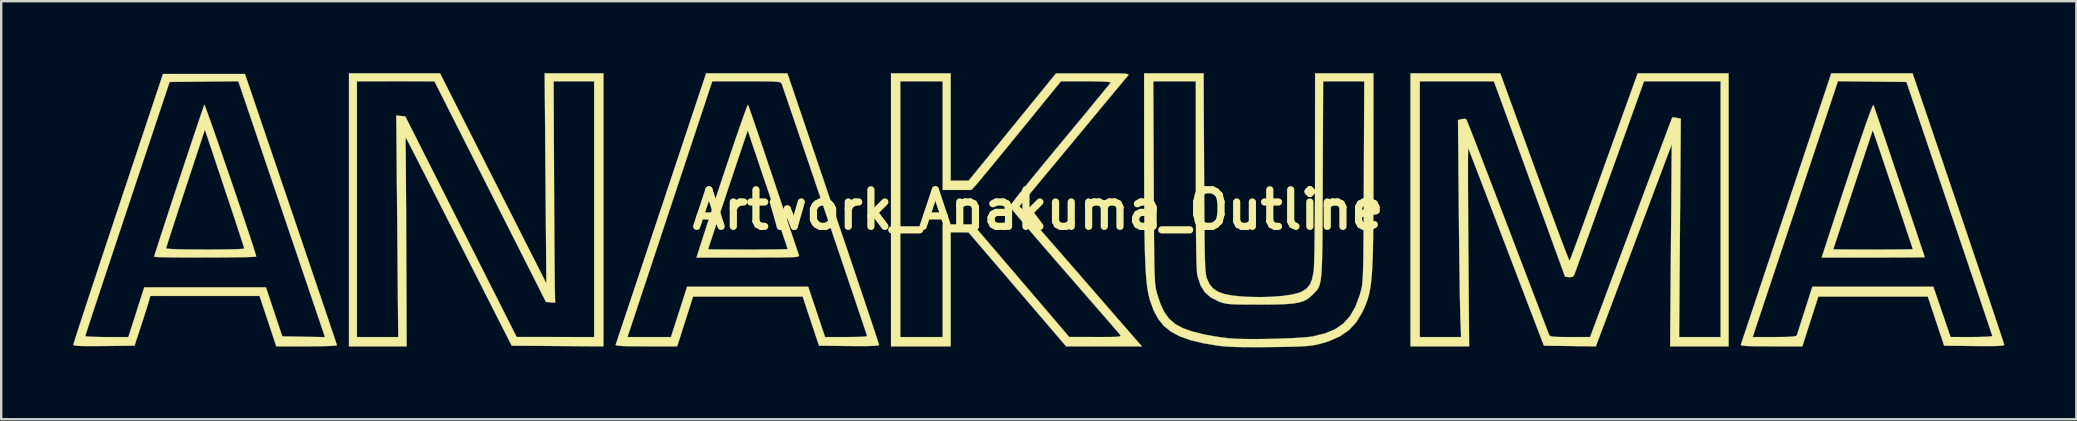
<source format=kicad_pcb>
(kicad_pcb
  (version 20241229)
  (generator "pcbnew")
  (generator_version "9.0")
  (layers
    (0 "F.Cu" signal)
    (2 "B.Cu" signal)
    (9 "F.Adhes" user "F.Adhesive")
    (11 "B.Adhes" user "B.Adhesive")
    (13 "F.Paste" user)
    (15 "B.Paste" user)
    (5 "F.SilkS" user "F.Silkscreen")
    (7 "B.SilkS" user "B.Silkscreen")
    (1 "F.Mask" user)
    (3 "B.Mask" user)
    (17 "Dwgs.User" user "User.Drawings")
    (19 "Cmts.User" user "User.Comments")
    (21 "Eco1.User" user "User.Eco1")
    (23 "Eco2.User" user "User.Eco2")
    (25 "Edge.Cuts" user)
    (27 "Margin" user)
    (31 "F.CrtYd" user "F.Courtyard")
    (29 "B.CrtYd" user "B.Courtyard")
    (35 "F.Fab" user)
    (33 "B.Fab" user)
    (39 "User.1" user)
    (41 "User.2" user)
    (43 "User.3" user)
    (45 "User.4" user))
  (footprint "Artwork_Anakuma_Outline"
    (layer "F.Cu")
    (at 40.203 5.692)
    (property "Reference" "Artwork_Anakuma_Outline" (at 0 0 0) (layer "F.SilkS") (effects (font (size 1.524 1.524) (thickness 0.3))))
    (attr through_hole)
    (fp_poly (pts (xy -23.727 -3.327) (xy -23.437 -2.754) (xy -23.121 -2.129) (xy -22.791 -1.476) (xy -22.458 -0.818) (xy -22.135 -0.18) (xy -21.834 0.413) (xy -21.568 0.937) (xy -21.512 1.049) (xy -20.489 3.065) (xy -20.524 -1.311) (xy -20.559 -5.687) (xy -18.111 -5.687) (xy -18.111 5.689) (xy -21.934 5.66) (xy -24.123 1.343) (xy -24.449 0.7) (xy -24.761 0.085) (xy -25.056 -0.495) (xy -25.329 -1.032) (xy -25.577 -1.519) (xy -25.797 -1.949) (xy -25.984 -2.316) (xy -26.136 -2.611) (xy -26.248 -2.829) (xy -26.317 -2.961) (xy -26.339 -3.001) (xy -26.351 -2.965) (xy -26.356 -2.845) (xy -26.354 -2.665) (xy -26.353 -2.66) (xy -26.351 -2.544) (xy -26.348 -2.328) (xy -26.346 -2.02) (xy -26.343 -1.632) (xy -26.34 -1.173) (xy -26.337 -0.652) (xy -26.333 -0.079) (xy -26.331 0.535) (xy -26.328 1.182) (xy -26.326 1.698) (xy -26.311 5.687) (xy -27.512 5.687) (xy -28.713 5.687) (xy -28.713 -5.356) (xy -28.382 -5.356) (xy -28.382 5.301) (xy -26.661 5.301) (xy -26.701 0.686) (xy -26.742 -3.929) (xy -26.554 -3.911) (xy -26.366 -3.893) (xy -24.047 0.703) (xy -21.728 5.298) (xy -20.113 5.3) (xy -18.498 5.301) (xy -18.498 -5.356) (xy -20.187 -5.356) (xy -20.17 -1.505) (xy -20.167 -0.838) (xy -20.164 -0.186) (xy -20.16 0.441) (xy -20.157 1.031) (xy -20.153 1.573) (xy -20.149 2.055) (xy -20.146 2.466) (xy -20.143 2.795) (xy -20.14 3.031) (xy -20.139 3.109) (xy -20.124 3.87) (xy -20.506 3.838) (xy -22.829 -0.758) (xy -25.152 -5.354) (xy -28.382 -5.356) (xy -28.713 -5.356) (xy -28.713 -5.687) (xy -24.919 -5.687) (xy -23.727 -3.327)) (stroke (width 0.01) (type solid)) (fill yes) (layer "F.SilkS"))
    (fp_poly (pts (xy 34.807 -4.362) (xy 34.831 -4.295) (xy 34.885 -4.135) (xy 34.967 -3.895) (xy 35.072 -3.585) (xy 35.197 -3.215) (xy 35.338 -2.798) (xy 35.491 -2.344) (xy 35.653 -1.863) (xy 35.82 -1.369) (xy 35.988 -0.87) (xy 36.153 -0.378) (xy 36.312 0.095) (xy 36.462 0.539) (xy 36.597 0.943) (xy 36.715 1.296) (xy 36.812 1.586) (xy 36.885 1.803) (xy 36.928 1.935) (xy 36.94 1.973) (xy 36.887 1.976) (xy 36.735 1.979) (xy 36.497 1.982) (xy 36.183 1.984) (xy 35.807 1.986) (xy 35.379 1.987) (xy 34.912 1.988) (xy 34.793 1.988) (xy 32.646 1.988) (xy 32.759 1.643) (xy 33.131 1.643) (xy 33.184 1.646) (xy 33.334 1.649) (xy 33.567 1.652) (xy 33.87 1.654) (xy 34.23 1.656) (xy 34.632 1.656) (xy 34.787 1.657) (xy 35.202 1.656) (xy 35.579 1.654) (xy 35.904 1.652) (xy 36.165 1.648) (xy 36.346 1.644) (xy 36.436 1.64) (xy 36.443 1.638) (xy 36.427 1.584) (xy 36.379 1.439) (xy 36.304 1.214) (xy 36.207 0.923) (xy 36.092 0.578) (xy 35.963 0.193) (xy 35.824 -0.22) (xy 35.68 -0.648) (xy 35.536 -1.079) (xy 35.394 -1.499) (xy 35.26 -1.896) (xy 35.139 -2.256) (xy 35.033 -2.568) (xy 34.948 -2.819) (xy 34.888 -2.994) (xy 34.868 -3.053) (xy 34.775 -3.318) (xy 33.953 -0.844) (xy 33.788 -0.346) (xy 33.633 0.12) (xy 33.493 0.542) (xy 33.371 0.91) (xy 33.271 1.215) (xy 33.195 1.445) (xy 33.147 1.591) (xy 33.131 1.643) (xy 32.759 1.643) (xy 33.218 0.235) (xy 33.517 -0.678) (xy 33.784 -1.487) (xy 34.018 -2.193) (xy 34.222 -2.798) (xy 34.394 -3.302) (xy 34.536 -3.707) (xy 34.648 -4.014) (xy 34.73 -4.225) (xy 34.783 -4.341) (xy 34.807 -4.362) (xy 34.807 -4.362)) (stroke (width 0.01) (type solid)) (fill yes) (layer "F.SilkS"))
    (fp_poly (pts (xy -34.716 -4.33) (xy -34.663 -4.191) (xy -34.582 -3.969) (xy -34.477 -3.676) (xy -34.352 -3.321) (xy -34.211 -2.916) (xy -34.057 -2.472) (xy -33.894 -1.999) (xy -33.725 -1.509) (xy -33.556 -1.013) (xy -33.388 -0.521) (xy -33.227 -0.044) (xy -33.075 0.407) (xy -32.937 0.82) (xy -32.815 1.185) (xy -32.715 1.491) (xy -32.64 1.728) (xy -32.592 1.883) (xy -32.577 1.946) (xy -32.63 1.956) (xy -32.779 1.964) (xy -33.009 1.971) (xy -33.306 1.976) (xy -33.656 1.981) (xy -34.043 1.984) (xy -34.453 1.986) (xy -34.872 1.987) (xy -35.285 1.987) (xy -35.678 1.985) (xy -36.036 1.982) (xy -36.344 1.977) (xy -36.589 1.971) (xy -36.755 1.964) (xy -36.828 1.955) (xy -36.83 1.953) (xy -36.813 1.892) (xy -36.765 1.737) (xy -36.723 1.606) (xy -36.333 1.606) (xy -36.28 1.62) (xy -36.127 1.632) (xy -35.888 1.642) (xy -35.572 1.649) (xy -35.192 1.654) (xy -34.759 1.656) (xy -34.704 1.657) (xy -34.293 1.655) (xy -33.92 1.651) (xy -33.598 1.645) (xy -33.342 1.638) (xy -33.165 1.628) (xy -33.08 1.618) (xy -33.075 1.615) (xy -33.092 1.555) (xy -33.141 1.402) (xy -33.218 1.164) (xy -33.319 0.854) (xy -33.442 0.48) (xy -33.583 0.054) (xy -33.739 -0.413) (xy -33.896 -0.884) (xy -34.716 -3.341) (xy -35.525 -0.892) (xy -35.688 -0.395) (xy -35.841 0.071) (xy -35.979 0.494) (xy -36.1 0.865) (xy -36.199 1.172) (xy -36.273 1.405) (xy -36.319 1.553) (xy -36.333 1.606) (xy -36.723 1.606) (xy -36.689 1.5) (xy -36.59 1.192) (xy -36.47 0.824) (xy -36.334 0.407) (xy -36.185 -0.047) (xy -36.027 -0.528) (xy -35.863 -1.024) (xy -35.698 -1.524) (xy -35.535 -2.017) (xy -35.377 -2.492) (xy -35.228 -2.938) (xy -35.092 -3.343) (xy -34.973 -3.697) (xy -34.875 -3.988) (xy -34.8 -4.206) (xy -34.753 -4.338) (xy -34.738 -4.375) (xy -34.716 -4.33)) (stroke (width 0.01) (type solid)) (fill yes) (layer "F.SilkS"))
    (fp_poly (pts (xy -31.133 -0.028) (xy -30.875 0.731) (xy -30.627 1.461) (xy -30.392 2.154) (xy -30.172 2.804) (xy -29.968 3.405) (xy -29.784 3.949) (xy -29.621 4.43) (xy -29.483 4.841) (xy -29.371 5.174) (xy -29.287 5.424) (xy -29.234 5.584) (xy -29.214 5.646) (xy -29.214 5.646) (xy -29.266 5.658) (xy -29.412 5.668) (xy -29.638 5.677) (xy -29.929 5.683) (xy -30.268 5.687) (xy -30.476 5.687) (xy -31.742 5.687) (xy -32.09 4.638) (xy -32.438 3.589) (xy -36.991 3.589) (xy -37.049 3.796) (xy -37.086 3.921) (xy -37.15 4.126) (xy -37.233 4.388) (xy -37.328 4.683) (xy -37.377 4.832) (xy -37.647 5.66) (xy -38.923 5.675) (xy -39.347 5.678) (xy -39.671 5.678) (xy -39.908 5.673) (xy -40.067 5.663) (xy -40.159 5.648) (xy -40.196 5.627) (xy -40.198 5.619) (xy -40.181 5.558) (xy -40.131 5.4) (xy -40.086 5.259) (xy -39.701 5.259) (xy -39.649 5.273) (xy -39.505 5.285) (xy -39.287 5.294) (xy -39.013 5.3) (xy -38.804 5.301) (xy -37.906 5.301) (xy -37.242 3.23) (xy -32.173 3.23) (xy -31.833 4.252) (xy -31.492 5.273) (xy -29.712 5.304) (xy -30.644 2.555) (xy -30.863 1.907) (xy -31.106 1.191) (xy -31.363 0.433) (xy -31.625 -0.34) (xy -31.883 -1.102) (xy -32.128 -1.825) (xy -32.351 -2.483) (xy -32.449 -2.775) (xy -33.324 -5.357) (xy -34.755 -5.343) (xy -36.186 -5.328) (xy -37.944 -0.055) (xy -38.188 0.679) (xy -38.423 1.384) (xy -38.645 2.052) (xy -38.852 2.677) (xy -39.043 3.251) (xy -39.214 3.767) (xy -39.363 4.218) (xy -39.487 4.598) (xy -39.586 4.898) (xy -39.656 5.113) (xy -39.694 5.234) (xy -39.701 5.259) (xy -40.086 5.259) (xy -40.051 5.15) (xy -39.942 4.816) (xy -39.808 4.405) (xy -39.65 3.924) (xy -39.47 3.379) (xy -39.271 2.778) (xy -39.056 2.128) (xy -38.826 1.434) (xy -38.583 0.705) (xy -38.331 -0.053) (xy -38.33 -0.055) (xy -36.462 -5.66) (xy -33.048 -5.66) (xy -31.133 -0.028)) (stroke (width 0.01) (type solid)) (fill yes) (layer "F.SilkS"))
    (fp_poly (pts (xy -12.066 -4.317) (xy -12.01 -4.163) (xy -11.927 -3.923) (xy -11.818 -3.606) (xy -11.686 -3.222) (xy -11.536 -2.78) (xy -11.37 -2.289) (xy -11.192 -1.758) (xy -11.028 -1.27) (xy -10.841 -0.711) (xy -10.663 -0.181) (xy -10.499 0.309) (xy -10.351 0.751) (xy -10.222 1.134) (xy -10.115 1.449) (xy -10.035 1.687) (xy -9.984 1.838) (xy -9.965 1.891) (xy -9.961 1.916) (xy -9.976 1.936) (xy -10.02 1.951) (xy -10.103 1.964) (xy -10.235 1.973) (xy -10.426 1.979) (xy -10.685 1.984) (xy -11.024 1.986) (xy -11.451 1.987) (xy -11.978 1.988) (xy -12.081 1.988) (xy -14.235 1.988) (xy -14.124 1.643) (xy -13.748 1.643) (xy -13.695 1.646) (xy -13.546 1.649) (xy -13.313 1.652) (xy -13.01 1.654) (xy -12.65 1.656) (xy -12.247 1.656) (xy -12.093 1.657) (xy -11.678 1.656) (xy -11.301 1.654) (xy -10.975 1.65) (xy -10.715 1.646) (xy -10.533 1.641) (xy -10.443 1.635) (xy -10.436 1.633) (xy -10.453 1.578) (xy -10.502 1.428) (xy -10.58 1.195) (xy -10.683 0.888) (xy -10.808 0.518) (xy -10.95 0.095) (xy -11.107 -0.37) (xy -11.264 -0.834) (xy -11.432 -1.329) (xy -11.589 -1.793) (xy -11.73 -2.213) (xy -11.854 -2.58) (xy -11.956 -2.884) (xy -12.032 -3.114) (xy -12.08 -3.259) (xy -12.095 -3.309) (xy -12.113 -3.263) (xy -12.16 -3.125) (xy -12.235 -2.907) (xy -12.331 -2.621) (xy -12.446 -2.279) (xy -12.575 -1.895) (xy -12.714 -1.48) (xy -12.859 -1.046) (xy -13.006 -0.606) (xy -13.15 -0.173) (xy -13.288 0.241) (xy -13.415 0.625) (xy -13.527 0.964) (xy -13.621 1.249) (xy -13.692 1.465) (xy -13.735 1.6) (xy -13.748 1.643) (xy -14.124 1.643) (xy -13.946 1.091) (xy -13.771 0.548) (xy -13.589 -0.009) (xy -13.404 -0.572) (xy -13.219 -1.13) (xy -13.037 -1.674) (xy -12.862 -2.195) (xy -12.697 -2.683) (xy -12.545 -3.127) (xy -12.409 -3.519) (xy -12.293 -3.849) (xy -12.2 -4.107) (xy -12.133 -4.284) (xy -12.095 -4.369) (xy -12.089 -4.375) (xy -12.066 -4.317)) (stroke (width 0.01) (type solid)) (fill yes) (layer "F.SilkS"))
    (fp_poly (pts (xy 36.542 -5.37) (xy 36.735 -4.806) (xy 36.942 -4.197) (xy 37.162 -3.551) (xy 37.391 -2.876) (xy 37.628 -2.179) (xy 37.868 -1.469) (xy 38.111 -0.753) (xy 38.353 -0.038) (xy 38.592 0.668) (xy 38.824 1.357) (xy 39.048 2.021) (xy 39.261 2.652) (xy 39.46 3.244) (xy 39.643 3.787) (xy 39.807 4.276) (xy 39.949 4.701) (xy 40.067 5.055) (xy 40.159 5.331) (xy 40.221 5.521) (xy 40.251 5.616) (xy 40.253 5.626) (xy 40.219 5.648) (xy 40.112 5.663) (xy 39.923 5.673) (xy 39.645 5.678) (xy 39.269 5.677) (xy 39.002 5.675) (xy 37.75 5.66) (xy 37.069 3.617) (xy 32.505 3.617) (xy 32.173 4.652) (xy 31.841 5.687) (xy 30.547 5.687) (xy 30.121 5.686) (xy 29.794 5.682) (xy 29.557 5.675) (xy 29.399 5.663) (xy 29.309 5.647) (xy 29.278 5.626) (xy 29.279 5.618) (xy 29.299 5.558) (xy 29.353 5.399) (xy 29.385 5.301) (xy 29.771 5.301) (xy 30.68 5.301) (xy 31.041 5.299) (xy 31.304 5.291) (xy 31.479 5.277) (xy 31.578 5.257) (xy 31.611 5.232) (xy 31.634 5.159) (xy 31.686 4.999) (xy 31.759 4.77) (xy 31.848 4.489) (xy 31.946 4.183) (xy 32.258 3.203) (xy 34.779 3.203) (xy 37.299 3.203) (xy 37.658 4.252) (xy 38.017 5.3) (xy 38.887 5.301) (xy 39.183 5.298) (xy 39.435 5.291) (xy 39.626 5.281) (xy 39.736 5.268) (xy 39.756 5.259) (xy 39.739 5.202) (xy 39.688 5.048) (xy 39.607 4.803) (xy 39.497 4.475) (xy 39.361 4.07) (xy 39.202 3.596) (xy 39.021 3.059) (xy 38.821 2.467) (xy 38.605 1.828) (xy 38.374 1.146) (xy 38.132 0.431) (xy 37.967 -0.055) (xy 36.179 -5.328) (xy 34.751 -5.343) (xy 33.324 -5.358) (xy 29.771 5.301) (xy 29.385 5.301) (xy 29.436 5.149) (xy 29.547 4.816) (xy 29.685 4.405) (xy 29.845 3.923) (xy 30.027 3.379) (xy 30.227 2.777) (xy 30.444 2.126) (xy 30.676 1.432) (xy 30.919 0.702) (xy 31.172 -0.057) (xy 31.176 -0.069) (xy 33.047 -5.687) (xy 36.433 -5.687) (xy 36.542 -5.37)) (stroke (width 0.01) (type solid)) (fill yes) (layer "F.SilkS"))
    (fp_poly (pts (xy -10.255 -5.121) (xy -10.209 -4.988) (xy -10.131 -4.758) (xy -10.024 -4.44) (xy -9.889 -4.042) (xy -9.729 -3.572) (xy -9.548 -3.038) (xy -9.349 -2.45) (xy -9.133 -1.814) (xy -8.904 -1.139) (xy -8.665 -0.434) (xy -8.418 0.294) (xy -8.345 0.51) (xy -8.101 1.229) (xy -7.867 1.919) (xy -7.646 2.573) (xy -7.441 3.183) (xy -7.253 3.741) (xy -7.085 4.242) (xy -6.939 4.677) (xy -6.818 5.04) (xy -6.725 5.322) (xy -6.661 5.518) (xy -6.629 5.619) (xy -6.626 5.632) (xy -6.68 5.653) (xy -6.842 5.667) (xy -7.113 5.676) (xy -7.493 5.678) (xy -7.878 5.675) (xy -9.129 5.66) (xy -9.47 4.638) (xy -9.81 3.617) (xy -14.378 3.617) (xy -14.708 4.652) (xy -15.039 5.687) (xy -16.332 5.687) (xy -16.759 5.686) (xy -17.086 5.682) (xy -17.323 5.675) (xy -17.481 5.663) (xy -17.57 5.647) (xy -17.601 5.626) (xy -17.601 5.618) (xy -17.58 5.558) (xy -17.527 5.399) (xy -17.494 5.301) (xy -17.109 5.301) (xy -15.298 5.301) (xy -14.961 4.252) (xy -14.624 3.203) (xy -12.102 3.203) (xy -9.58 3.203) (xy -8.877 5.301) (xy -8 5.301) (xy -7.703 5.299) (xy -7.449 5.293) (xy -7.256 5.284) (xy -7.144 5.274) (xy -7.123 5.266) (xy -7.14 5.211) (xy -7.19 5.06) (xy -7.27 4.822) (xy -7.376 4.504) (xy -7.507 4.117) (xy -7.658 3.667) (xy -7.828 3.165) (xy -8.012 2.617) (xy -8.21 2.033) (xy -8.416 1.422) (xy -8.63 0.792) (xy -8.846 0.151) (xy -9.064 -0.492) (xy -9.28 -1.128) (xy -9.49 -1.75) (xy -9.693 -2.347) (xy -9.885 -2.913) (xy -10.063 -3.437) (xy -10.225 -3.912) (xy -10.367 -4.33) (xy -10.487 -4.681) (xy -10.581 -4.957) (xy -10.647 -5.149) (xy -10.683 -5.25) (xy -10.686 -5.259) (xy -10.705 -5.289) (xy -10.745 -5.312) (xy -10.819 -5.329) (xy -10.939 -5.341) (xy -11.119 -5.349) (xy -11.37 -5.353) (xy -11.705 -5.356) (xy -12.139 -5.356) (xy -12.15 -5.356) (xy -13.577 -5.356) (xy -14.936 -1.256) (xy -15.163 -0.572) (xy -15.389 0.109) (xy -15.61 0.776) (xy -15.822 1.417) (xy -16.023 2.021) (xy -16.207 2.577) (xy -16.371 3.073) (xy -16.512 3.497) (xy -16.625 3.839) (xy -16.702 4.072) (xy -17.109 5.301) (xy -17.494 5.301) (xy -17.444 5.149) (xy -17.332 4.816) (xy -17.195 4.405) (xy -17.034 3.923) (xy -16.853 3.379) (xy -16.652 2.777) (xy -16.435 2.126) (xy -16.204 1.432) (xy -15.961 0.702) (xy -15.708 -0.057) (xy -15.704 -0.069) (xy -13.832 -5.687) (xy -10.446 -5.687) (xy -10.255 -5.121)) (stroke (width 0.01) (type solid)) (fill yes) (layer "F.SilkS"))
    (fp_poly (pts (xy -3.644 -1.215) (xy -2.894 -1.215) (xy -1.074 -3.449) (xy 0.745 -5.683) (xy 2.286 -5.685) (xy 2.738 -5.685) (xy 3.091 -5.685) (xy 3.356 -5.682) (xy 3.544 -5.676) (xy 3.667 -5.667) (xy 3.736 -5.653) (xy 3.763 -5.635) (xy 3.759 -5.611) (xy 3.743 -5.591) (xy 3.694 -5.532) (xy 3.58 -5.396) (xy 3.409 -5.19) (xy 3.185 -4.922) (xy 2.916 -4.598) (xy 2.608 -4.228) (xy 2.267 -3.817) (xy 1.9 -3.374) (xy 1.511 -2.906) (xy 1.441 -2.821) (xy -0.778 -0.148) (xy -0.617 0.023) (xy -0.553 0.094) (xy -0.424 0.241) (xy -0.235 0.456) (xy 0.006 0.731) (xy 0.293 1.059) (xy 0.618 1.433) (xy 0.976 1.843) (xy 1.359 2.284) (xy 1.762 2.746) (xy 1.822 2.816) (xy 2.225 3.28) (xy 2.609 3.721) (xy 2.967 4.132) (xy 3.292 4.507) (xy 3.579 4.836) (xy 3.821 5.114) (xy 4.011 5.332) (xy 4.143 5.482) (xy 4.209 5.558) (xy 4.214 5.563) (xy 4.326 5.687) (xy 1.167 5.687) (xy -0.866 3.314) (xy -2.899 0.94) (xy -3.272 0.939) (xy -3.644 0.939) (xy -3.644 5.687) (xy -6.129 5.687) (xy -6.129 -5.356) (xy -5.743 -5.356) (xy -5.743 5.301) (xy -3.976 5.301) (xy -3.976 0.607) (xy -2.715 0.607) (xy 1.298 5.299) (xy 2.395 5.3) (xy 2.768 5.3) (xy 3.044 5.298) (xy 3.236 5.292) (xy 3.356 5.283) (xy 3.419 5.267) (xy 3.437 5.245) (xy 3.424 5.215) (xy 3.416 5.205) (xy 3.368 5.148) (xy 3.252 5.014) (xy 3.078 4.812) (xy 2.85 4.549) (xy 2.575 4.233) (xy 2.26 3.87) (xy 1.91 3.469) (xy 1.534 3.036) (xy 1.136 2.579) (xy 1.083 2.518) (xy 0.685 2.06) (xy 0.309 1.626) (xy -0.039 1.223) (xy -0.352 0.857) (xy -0.624 0.538) (xy -0.849 0.271) (xy -1.021 0.064) (xy -1.133 -0.075) (xy -1.18 -0.14) (xy -1.181 -0.143) (xy -1.148 -0.197) (xy -1.05 -0.328) (xy -0.893 -0.528) (xy -0.684 -0.791) (xy -0.429 -1.107) (xy -0.133 -1.47) (xy 0.197 -1.872) (xy 0.554 -2.306) (xy 0.911 -2.736) (xy 1.29 -3.192) (xy 1.647 -3.623) (xy 1.977 -4.021) (xy 2.272 -4.38) (xy 2.528 -4.691) (xy 2.738 -4.947) (xy 2.895 -5.14) (xy 2.994 -5.263) (xy 3.028 -5.308) (xy 2.981 -5.323) (xy 2.841 -5.336) (xy 2.623 -5.346) (xy 2.345 -5.353) (xy 2.023 -5.356) (xy 1.998 -5.356) (xy 0.951 -5.356) (xy -0.747 -3.272) (xy -1.091 -2.851) (xy -1.418 -2.45) (xy -1.721 -2.081) (xy -1.993 -1.751) (xy -2.226 -1.469) (xy -2.412 -1.245) (xy -2.543 -1.089) (xy -2.613 -1.009) (xy -2.614 -1.008) (xy -2.783 -0.828) (xy -3.976 -0.828) (xy -3.976 -5.356) (xy -5.743 -5.356) (xy -6.129 -5.356) (xy -6.129 -5.687) (xy -3.644 -5.687) (xy -3.644 -1.215)) (stroke (width 0.01) (type solid)) (fill yes) (layer "F.SilkS"))
    (fp_poly (pts (xy 20.681 -1.77) (xy 20.91 -1.143) (xy 21.128 -0.548) (xy 21.333 0.008) (xy 21.522 0.517) (xy 21.691 0.97) (xy 21.837 1.359) (xy 21.959 1.678) (xy 22.052 1.917) (xy 22.114 2.069) (xy 22.141 2.126) (xy 22.142 2.126) (xy 22.166 2.072) (xy 22.224 1.922) (xy 22.314 1.684) (xy 22.432 1.366) (xy 22.575 0.977) (xy 22.74 0.525) (xy 22.925 0.017) (xy 23.127 -0.539) (xy 23.342 -1.133) (xy 23.567 -1.758) (xy 23.579 -1.792) (xy 24.981 -5.687) (xy 28.768 -5.687) (xy 28.768 5.687) (xy 26.333 5.687) (xy 26.367 1.477) (xy 26.401 -2.733) (xy 24.907 1.242) (xy 24.668 1.88) (xy 24.437 2.493) (xy 24.22 3.071) (xy 24.019 3.607) (xy 23.837 4.092) (xy 23.677 4.516) (xy 23.543 4.873) (xy 23.438 5.153) (xy 23.365 5.348) (xy 23.327 5.448) (xy 23.325 5.454) (xy 23.237 5.69) (xy 22.155 5.675) (xy 21.073 5.66) (xy 19.512 1.574) (xy 19.267 0.933) (xy 19.033 0.321) (xy 18.813 -0.253) (xy 18.611 -0.781) (xy 18.428 -1.257) (xy 18.269 -1.671) (xy 18.136 -2.016) (xy 18.032 -2.285) (xy 17.961 -2.468) (xy 17.925 -2.559) (xy 17.921 -2.568) (xy 17.917 -2.523) (xy 17.914 -2.376) (xy 17.911 -2.135) (xy 17.91 -1.81) (xy 17.91 -1.407) (xy 17.911 -0.935) (xy 17.913 -0.404) (xy 17.916 0.18) (xy 17.92 0.806) (xy 17.924 1.468) (xy 17.925 1.532) (xy 17.958 5.687) (xy 15.516 5.687) (xy 15.516 -5.356) (xy 15.903 -5.356) (xy 15.903 5.301) (xy 17.623 5.301) (xy 17.592 4.431) (xy 17.586 4.222) (xy 17.579 3.914) (xy 17.572 3.521) (xy 17.565 3.054) (xy 17.557 2.525) (xy 17.549 1.947) (xy 17.542 1.331) (xy 17.535 0.691) (xy 17.529 0.038) (xy 17.528 -0.09) (xy 17.495 -3.741) (xy 17.646 -3.778) (xy 17.769 -3.792) (xy 17.839 -3.772) (xy 17.864 -3.714) (xy 17.926 -3.562) (xy 18.022 -3.321) (xy 18.147 -2.999) (xy 18.301 -2.605) (xy 18.479 -2.145) (xy 18.678 -1.627) (xy 18.896 -1.06) (xy 19.13 -0.449) (xy 19.377 0.197) (xy 19.566 0.69) (xy 19.82 1.358) (xy 20.064 1.998) (xy 20.294 2.601) (xy 20.508 3.16) (xy 20.702 3.668) (xy 20.873 4.117) (xy 21.019 4.499) (xy 21.136 4.807) (xy 21.222 5.032) (xy 21.274 5.167) (xy 21.288 5.204) (xy 21.313 5.242) (xy 21.365 5.268) (xy 21.461 5.285) (xy 21.619 5.295) (xy 21.854 5.3) (xy 22.162 5.301) (xy 22.998 5.3) (xy 24.705 0.731) (xy 24.958 0.053) (xy 25.2 -0.595) (xy 25.428 -1.205) (xy 25.64 -1.771) (xy 25.832 -2.284) (xy 26.002 -2.738) (xy 26.147 -3.124) (xy 26.264 -3.436) (xy 26.351 -3.667) (xy 26.404 -3.807) (xy 26.421 -3.852) (xy 26.476 -3.852) (xy 26.595 -3.833) (xy 26.604 -3.831) (xy 26.777 -3.797) (xy 26.742 0.752) (xy 26.707 5.301) (xy 28.437 5.301) (xy 28.437 -5.356) (xy 25.245 -5.356) (xy 25.191 -5.204) (xy 25.117 -4.998) (xy 25.014 -4.712) (xy 24.887 -4.358) (xy 24.738 -3.945) (xy 24.572 -3.483) (xy 24.391 -2.981) (xy 24.199 -2.449) (xy 24.001 -1.897) (xy 23.798 -1.336) (xy 23.595 -0.773) (xy 23.396 -0.221) (xy 23.204 0.313) (xy 23.022 0.818) (xy 22.853 1.284) (xy 22.703 1.701) (xy 22.573 2.061) (xy 22.468 2.352) (xy 22.39 2.566) (xy 22.344 2.692) (xy 22.333 2.722) (xy 22.263 2.796) (xy 22.125 2.805) (xy 21.956 2.788) (xy 20.562 -1.044) (xy 20.334 -1.672) (xy 20.115 -2.275) (xy 19.908 -2.843) (xy 19.717 -3.367) (xy 19.544 -3.84) (xy 19.394 -4.253) (xy 19.269 -4.596) (xy 19.172 -4.86) (xy 19.106 -5.038) (xy 19.077 -5.117) (xy 18.986 -5.356) (xy 15.903 -5.356) (xy 15.516 -5.356) (xy 15.516 -5.687) (xy 19.255 -5.687) (xy 20.681 -1.77)) (stroke (width 0.01) (type solid)) (fill yes) (layer "F.SilkS"))
    (fp_poly (pts (xy 6.915 -1.56) (xy 6.919 -0.779) (xy 6.923 -0.1) (xy 6.927 0.484) (xy 6.931 0.981) (xy 6.936 1.399) (xy 6.942 1.745) (xy 6.949 2.028) (xy 6.957 2.255) (xy 6.966 2.435) (xy 6.978 2.574) (xy 6.99 2.681) (xy 7.005 2.764) (xy 7.022 2.831) (xy 7.03 2.853) (xy 7.132 3.082) (xy 7.276 3.263) (xy 7.475 3.402) (xy 7.741 3.503) (xy 8.086 3.572) (xy 8.521 3.615) (xy 8.78 3.628) (xy 9.285 3.636) (xy 9.763 3.622) (xy 10.195 3.587) (xy 10.565 3.533) (xy 10.854 3.462) (xy 10.986 3.409) (xy 11.182 3.283) (xy 11.321 3.118) (xy 11.415 2.891) (xy 11.478 2.581) (xy 11.484 2.534) (xy 11.493 2.41) (xy 11.502 2.185) (xy 11.51 1.87) (xy 11.517 1.474) (xy 11.523 1.007) (xy 11.529 0.479) (xy 11.533 -0.1) (xy 11.536 -0.72) (xy 11.538 -1.371) (xy 11.539 -1.781) (xy 11.54 -5.687) (xy 13.97 -5.687) (xy 13.97 -1.696) (xy 13.97 -0.833) (xy 13.968 -0.071) (xy 13.964 0.597) (xy 13.958 1.178) (xy 13.949 1.681) (xy 13.935 2.114) (xy 13.917 2.486) (xy 13.894 2.803) (xy 13.866 3.075) (xy 13.83 3.31) (xy 13.788 3.515) (xy 13.738 3.698) (xy 13.679 3.869) (xy 13.612 4.034) (xy 13.535 4.202) (xy 13.492 4.291) (xy 13.251 4.688) (xy 12.949 5.012) (xy 12.574 5.271) (xy 12.116 5.474) (xy 11.748 5.584) (xy 11.602 5.618) (xy 11.455 5.645) (xy 11.29 5.667) (xy 11.093 5.683) (xy 10.848 5.695) (xy 10.54 5.705) (xy 10.152 5.712) (xy 9.669 5.719) (xy 9.663 5.719) (xy 9.089 5.723) (xy 8.613 5.722) (xy 8.221 5.714) (xy 7.901 5.7) (xy 7.641 5.679) (xy 7.496 5.661) (xy 6.867 5.555) (xy 6.337 5.427) (xy 5.895 5.268) (xy 5.533 5.074) (xy 5.239 4.836) (xy 5.004 4.547) (xy 4.817 4.201) (xy 4.667 3.79) (xy 4.641 3.699) (xy 4.601 3.537) (xy 4.566 3.354) (xy 4.535 3.141) (xy 4.508 2.892) (xy 4.486 2.599) (xy 4.468 2.254) (xy 4.453 1.85) (xy 4.441 1.378) (xy 4.432 0.832) (xy 4.425 0.204) (xy 4.421 -0.514) (xy 4.419 -1.329) (xy 4.418 -1.974) (xy 4.417 -5.356) (xy 4.798 -5.356) (xy 4.817 -1.146) (xy 4.82 -0.363) (xy 4.824 0.317) (xy 4.827 0.903) (xy 4.831 1.402) (xy 4.835 1.824) (xy 4.84 2.175) (xy 4.846 2.464) (xy 4.854 2.699) (xy 4.863 2.889) (xy 4.873 3.04) (xy 4.886 3.161) (xy 4.9 3.261) (xy 4.918 3.347) (xy 4.938 3.427) (xy 4.954 3.487) (xy 5.094 3.915) (xy 5.257 4.262) (xy 5.458 4.538) (xy 5.71 4.757) (xy 6.03 4.931) (xy 6.43 5.073) (xy 6.925 5.194) (xy 6.951 5.199) (xy 7.259 5.256) (xy 7.604 5.31) (xy 7.92 5.35) (xy 7.973 5.355) (xy 8.227 5.372) (xy 8.561 5.382) (xy 8.951 5.385) (xy 9.377 5.382) (xy 9.816 5.374) (xy 10.248 5.361) (xy 10.651 5.344) (xy 11.002 5.322) (xy 11.281 5.297) (xy 11.43 5.277) (xy 11.943 5.153) (xy 12.367 4.979) (xy 12.713 4.742) (xy 12.992 4.433) (xy 13.217 4.041) (xy 13.398 3.555) (xy 13.432 3.441) (xy 13.454 3.358) (xy 13.474 3.277) (xy 13.491 3.19) (xy 13.505 3.087) (xy 13.518 2.962) (xy 13.528 2.806) (xy 13.536 2.611) (xy 13.543 2.368) (xy 13.549 2.071) (xy 13.554 1.71) (xy 13.558 1.277) (xy 13.561 0.766) (xy 13.565 0.166) (xy 13.568 -0.529) (xy 13.571 -1.173) (xy 13.588 -5.356) (xy 11.875 -5.356) (xy 11.858 -1.256) (xy 11.855 -0.46) (xy 11.852 0.234) (xy 11.848 0.833) (xy 11.844 1.344) (xy 11.837 1.776) (xy 11.828 2.137) (xy 11.817 2.434) (xy 11.801 2.674) (xy 11.781 2.866) (xy 11.756 3.018) (xy 11.726 3.136) (xy 11.689 3.23) (xy 11.645 3.306) (xy 11.593 3.372) (xy 11.534 3.436) (xy 11.465 3.507) (xy 11.458 3.514) (xy 11.331 3.635) (xy 11.199 3.732) (xy 11.049 3.807) (xy 10.865 3.862) (xy 10.635 3.901) (xy 10.344 3.927) (xy 9.978 3.941) (xy 9.525 3.947) (xy 9.221 3.948) (xy 8.795 3.947) (xy 8.463 3.945) (xy 8.209 3.939) (xy 8.016 3.929) (xy 7.868 3.914) (xy 7.749 3.891) (xy 7.643 3.861) (xy 7.541 3.824) (xy 7.205 3.658) (xy 6.951 3.438) (xy 6.769 3.148) (xy 6.646 2.774) (xy 6.633 2.717) (xy 6.619 2.601) (xy 6.607 2.391) (xy 6.597 2.087) (xy 6.588 1.684) (xy 6.581 1.182) (xy 6.576 0.577) (xy 6.573 -0.133) (xy 6.571 -0.949) (xy 6.571 -1.466) (xy 6.571 -5.356) (xy 4.798 -5.356) (xy 4.417 -5.356) (xy 4.417 -5.687) (xy 6.896 -5.687) (xy 6.915 -1.56)) (stroke (width 0.01) (type solid)) (fill yes) (layer "F.SilkS")))
  (gr_rect
    (start -3 -3)
    (end 83.462 14.42)
    (stroke (width 0.1) (type default))
    (fill no)
    (layer "Edge.Cuts")))
</source>
